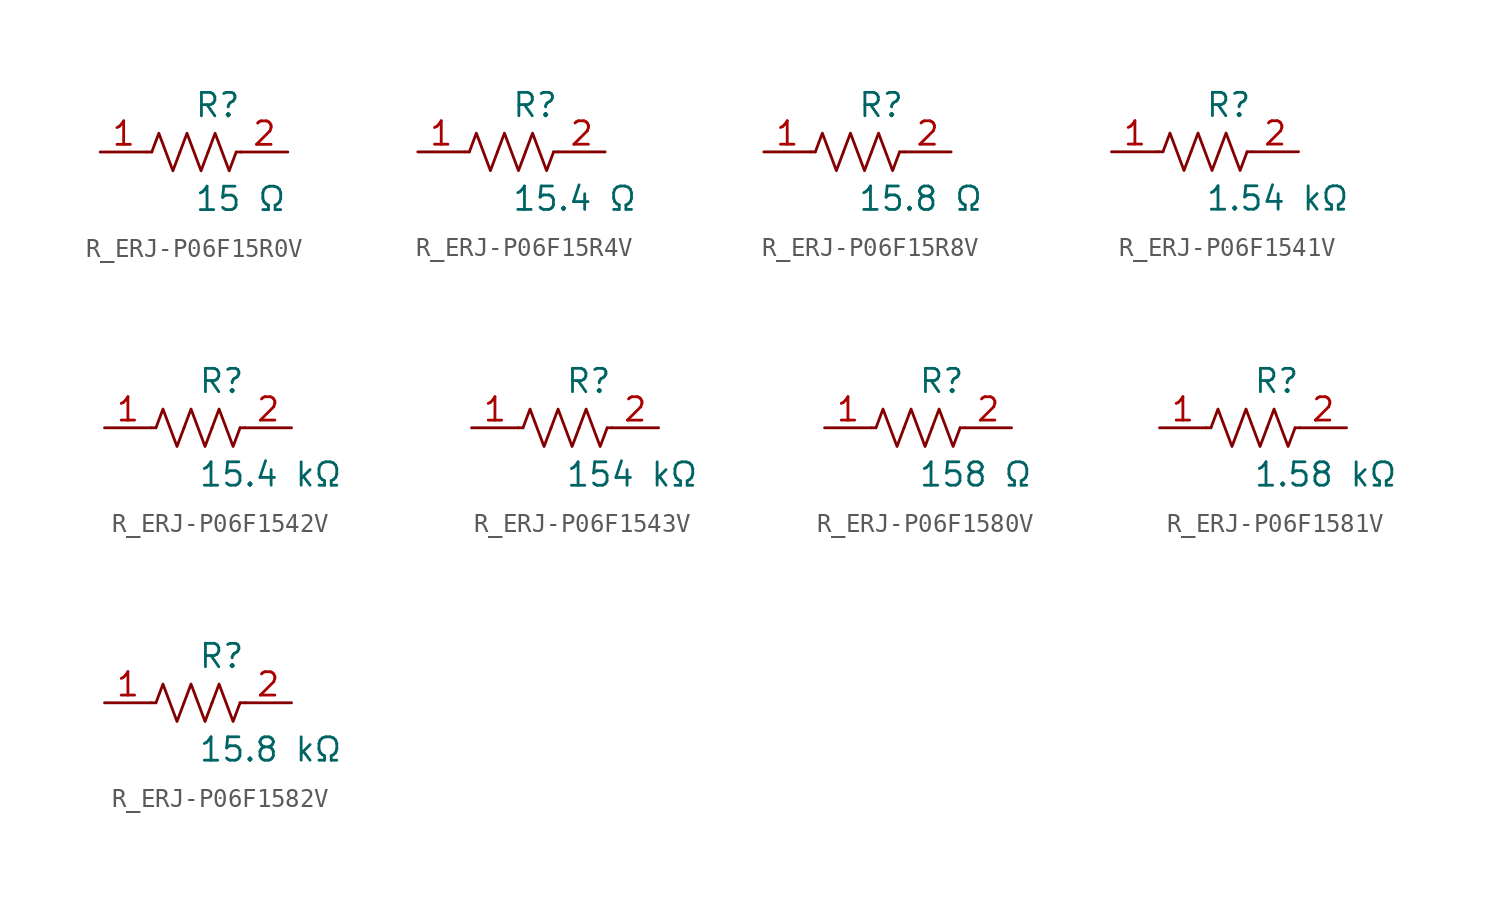
<source format=kicad_sym>
(kicad_symbol_lib
  (version 20231120)
  (generator kicad_symbol_editor)
  (generator_version 8.0)
  (symbol "R_ERJ-P06F15R0V"
    (pin_names
      (offset 0.254))
    (property "Reference" "R"
      (at 0 2.54 0)
      (effects (font (size 1.27 1.27)) (justify left)))
    (property "Value" "15 Ω"
      (at 0 -2.54 0)
      (effects (font (size 1.27 1.27)) (justify left)))
    (symbol "R_ERJ-P06F15R0V_0_1"
      (polyline (pts (xy 2.286 0) (xy 2.54 0)) (stroke (width 0) (type default)) (fill (type none)))
      (polyline (pts (xy -2.286 0) (xy -2.54 0)) (stroke (width 0) (type default)) (fill (type none)))
      (polyline (pts (xy 0.762 0) (xy 1.143 1.016) (xy 1.524 0) (xy 1.905 -1.016) (xy 2.286 0)) (stroke (width 0) (type default)) (fill (type none)))
      (polyline (pts (xy -0.762 0) (xy -0.381 1.016) (xy 0 0) (xy 0.381 -1.016) (xy 0.762 0)) (stroke (width 0) (type default)) (fill (type none)))
      (polyline (pts (xy -2.286 0) (xy -1.905 1.016) (xy -1.524 0) (xy -1.143 -1.016) (xy -0.762 0)) (stroke (width 0) (type default)) (fill (type none))))
    (pin passive line
      (at -5.08 0 0)
      (length 2.54)
      (name "" (effects (font (size 1.27 1.27))))
      (number "1" (effects (font (size 1.27 1.27)))))
    (pin passive line
      (at 5.08 0 180)
      (length 2.54)
      (name "" (effects (font (size 1.27 1.27))))
      (number "2" (effects (font (size 1.27 1.27))))))
  (symbol "R_ERJ-P06F15R4V"
    (pin_names
      (offset 0.254))
    (property "Reference" "R"
      (at 0 2.54 0)
      (effects (font (size 1.27 1.27)) (justify left)))
    (property "Value" "15.4 Ω"
      (at 0 -2.54 0)
      (effects (font (size 1.27 1.27)) (justify left)))
    (symbol "R_ERJ-P06F15R4V_0_1"
      (polyline (pts (xy 2.286 0) (xy 2.54 0)) (stroke (width 0) (type default)) (fill (type none)))
      (polyline (pts (xy -2.286 0) (xy -2.54 0)) (stroke (width 0) (type default)) (fill (type none)))
      (polyline (pts (xy 0.762 0) (xy 1.143 1.016) (xy 1.524 0) (xy 1.905 -1.016) (xy 2.286 0)) (stroke (width 0) (type default)) (fill (type none)))
      (polyline (pts (xy -0.762 0) (xy -0.381 1.016) (xy 0 0) (xy 0.381 -1.016) (xy 0.762 0)) (stroke (width 0) (type default)) (fill (type none)))
      (polyline (pts (xy -2.286 0) (xy -1.905 1.016) (xy -1.524 0) (xy -1.143 -1.016) (xy -0.762 0)) (stroke (width 0) (type default)) (fill (type none))))
    (pin passive line
      (at -5.08 0 0)
      (length 2.54)
      (name "" (effects (font (size 1.27 1.27))))
      (number "1" (effects (font (size 1.27 1.27)))))
    (pin passive line
      (at 5.08 0 180)
      (length 2.54)
      (name "" (effects (font (size 1.27 1.27))))
      (number "2" (effects (font (size 1.27 1.27))))))
  (symbol "R_ERJ-P06F15R8V"
    (pin_names
      (offset 0.254))
    (property "Reference" "R"
      (at 0 2.54 0)
      (effects (font (size 1.27 1.27)) (justify left)))
    (property "Value" "15.8 Ω"
      (at 0 -2.54 0)
      (effects (font (size 1.27 1.27)) (justify left)))
    (symbol "R_ERJ-P06F15R8V_0_1"
      (polyline (pts (xy 2.286 0) (xy 2.54 0)) (stroke (width 0) (type default)) (fill (type none)))
      (polyline (pts (xy -2.286 0) (xy -2.54 0)) (stroke (width 0) (type default)) (fill (type none)))
      (polyline (pts (xy 0.762 0) (xy 1.143 1.016) (xy 1.524 0) (xy 1.905 -1.016) (xy 2.286 0)) (stroke (width 0) (type default)) (fill (type none)))
      (polyline (pts (xy -0.762 0) (xy -0.381 1.016) (xy 0 0) (xy 0.381 -1.016) (xy 0.762 0)) (stroke (width 0) (type default)) (fill (type none)))
      (polyline (pts (xy -2.286 0) (xy -1.905 1.016) (xy -1.524 0) (xy -1.143 -1.016) (xy -0.762 0)) (stroke (width 0) (type default)) (fill (type none))))
    (pin passive line
      (at -5.08 0 0)
      (length 2.54)
      (name "" (effects (font (size 1.27 1.27))))
      (number "1" (effects (font (size 1.27 1.27)))))
    (pin passive line
      (at 5.08 0 180)
      (length 2.54)
      (name "" (effects (font (size 1.27 1.27))))
      (number "2" (effects (font (size 1.27 1.27))))))
  (symbol "R_ERJ-P06F1541V"
    (pin_names
      (offset 0.254))
    (property "Reference" "R"
      (at 0 2.54 0)
      (effects (font (size 1.27 1.27)) (justify left)))
    (property "Value" "1.54 kΩ"
      (at 0 -2.54 0)
      (effects (font (size 1.27 1.27)) (justify left)))
    (symbol "R_ERJ-P06F1541V_0_1"
      (polyline (pts (xy 2.286 0) (xy 2.54 0)) (stroke (width 0) (type default)) (fill (type none)))
      (polyline (pts (xy -2.286 0) (xy -2.54 0)) (stroke (width 0) (type default)) (fill (type none)))
      (polyline (pts (xy 0.762 0) (xy 1.143 1.016) (xy 1.524 0) (xy 1.905 -1.016) (xy 2.286 0)) (stroke (width 0) (type default)) (fill (type none)))
      (polyline (pts (xy -0.762 0) (xy -0.381 1.016) (xy 0 0) (xy 0.381 -1.016) (xy 0.762 0)) (stroke (width 0) (type default)) (fill (type none)))
      (polyline (pts (xy -2.286 0) (xy -1.905 1.016) (xy -1.524 0) (xy -1.143 -1.016) (xy -0.762 0)) (stroke (width 0) (type default)) (fill (type none))))
    (pin passive line
      (at -5.08 0 0)
      (length 2.54)
      (name "" (effects (font (size 1.27 1.27))))
      (number "1" (effects (font (size 1.27 1.27)))))
    (pin passive line
      (at 5.08 0 180)
      (length 2.54)
      (name "" (effects (font (size 1.27 1.27))))
      (number "2" (effects (font (size 1.27 1.27))))))
  (symbol "R_ERJ-P06F1542V"
    (pin_names
      (offset 0.254))
    (property "Reference" "R"
      (at 0 2.54 0)
      (effects (font (size 1.27 1.27)) (justify left)))
    (property "Value" "15.4 kΩ"
      (at 0 -2.54 0)
      (effects (font (size 1.27 1.27)) (justify left)))
    (symbol "R_ERJ-P06F1542V_0_1"
      (polyline (pts (xy 2.286 0) (xy 2.54 0)) (stroke (width 0) (type default)) (fill (type none)))
      (polyline (pts (xy -2.286 0) (xy -2.54 0)) (stroke (width 0) (type default)) (fill (type none)))
      (polyline (pts (xy 0.762 0) (xy 1.143 1.016) (xy 1.524 0) (xy 1.905 -1.016) (xy 2.286 0)) (stroke (width 0) (type default)) (fill (type none)))
      (polyline (pts (xy -0.762 0) (xy -0.381 1.016) (xy 0 0) (xy 0.381 -1.016) (xy 0.762 0)) (stroke (width 0) (type default)) (fill (type none)))
      (polyline (pts (xy -2.286 0) (xy -1.905 1.016) (xy -1.524 0) (xy -1.143 -1.016) (xy -0.762 0)) (stroke (width 0) (type default)) (fill (type none))))
    (pin passive line
      (at -5.08 0 0)
      (length 2.54)
      (name "" (effects (font (size 1.27 1.27))))
      (number "1" (effects (font (size 1.27 1.27)))))
    (pin passive line
      (at 5.08 0 180)
      (length 2.54)
      (name "" (effects (font (size 1.27 1.27))))
      (number "2" (effects (font (size 1.27 1.27))))))
  (symbol "R_ERJ-P06F1543V"
    (pin_names
      (offset 0.254))
    (property "Reference" "R"
      (at 0 2.54 0)
      (effects (font (size 1.27 1.27)) (justify left)))
    (property "Value" "154 kΩ"
      (at 0 -2.54 0)
      (effects (font (size 1.27 1.27)) (justify left)))
    (symbol "R_ERJ-P06F1543V_0_1"
      (polyline (pts (xy 2.286 0) (xy 2.54 0)) (stroke (width 0) (type default)) (fill (type none)))
      (polyline (pts (xy -2.286 0) (xy -2.54 0)) (stroke (width 0) (type default)) (fill (type none)))
      (polyline (pts (xy 0.762 0) (xy 1.143 1.016) (xy 1.524 0) (xy 1.905 -1.016) (xy 2.286 0)) (stroke (width 0) (type default)) (fill (type none)))
      (polyline (pts (xy -0.762 0) (xy -0.381 1.016) (xy 0 0) (xy 0.381 -1.016) (xy 0.762 0)) (stroke (width 0) (type default)) (fill (type none)))
      (polyline (pts (xy -2.286 0) (xy -1.905 1.016) (xy -1.524 0) (xy -1.143 -1.016) (xy -0.762 0)) (stroke (width 0) (type default)) (fill (type none))))
    (pin passive line
      (at -5.08 0 0)
      (length 2.54)
      (name "" (effects (font (size 1.27 1.27))))
      (number "1" (effects (font (size 1.27 1.27)))))
    (pin passive line
      (at 5.08 0 180)
      (length 2.54)
      (name "" (effects (font (size 1.27 1.27))))
      (number "2" (effects (font (size 1.27 1.27))))))
  (symbol "R_ERJ-P06F1580V"
    (pin_names
      (offset 0.254))
    (property "Reference" "R"
      (at 0 2.54 0)
      (effects (font (size 1.27 1.27)) (justify left)))
    (property "Value" "158 Ω"
      (at 0 -2.54 0)
      (effects (font (size 1.27 1.27)) (justify left)))
    (symbol "R_ERJ-P06F1580V_0_1"
      (polyline (pts (xy 2.286 0) (xy 2.54 0)) (stroke (width 0) (type default)) (fill (type none)))
      (polyline (pts (xy -2.286 0) (xy -2.54 0)) (stroke (width 0) (type default)) (fill (type none)))
      (polyline (pts (xy 0.762 0) (xy 1.143 1.016) (xy 1.524 0) (xy 1.905 -1.016) (xy 2.286 0)) (stroke (width 0) (type default)) (fill (type none)))
      (polyline (pts (xy -0.762 0) (xy -0.381 1.016) (xy 0 0) (xy 0.381 -1.016) (xy 0.762 0)) (stroke (width 0) (type default)) (fill (type none)))
      (polyline (pts (xy -2.286 0) (xy -1.905 1.016) (xy -1.524 0) (xy -1.143 -1.016) (xy -0.762 0)) (stroke (width 0) (type default)) (fill (type none))))
    (pin passive line
      (at -5.08 0 0)
      (length 2.54)
      (name "" (effects (font (size 1.27 1.27))))
      (number "1" (effects (font (size 1.27 1.27)))))
    (pin passive line
      (at 5.08 0 180)
      (length 2.54)
      (name "" (effects (font (size 1.27 1.27))))
      (number "2" (effects (font (size 1.27 1.27))))))
  (symbol "R_ERJ-P06F1581V"
    (pin_names
      (offset 0.254))
    (property "Reference" "R"
      (at 0 2.54 0)
      (effects (font (size 1.27 1.27)) (justify left)))
    (property "Value" "1.58 kΩ"
      (at 0 -2.54 0)
      (effects (font (size 1.27 1.27)) (justify left)))
    (symbol "R_ERJ-P06F1581V_0_1"
      (polyline (pts (xy 2.286 0) (xy 2.54 0)) (stroke (width 0) (type default)) (fill (type none)))
      (polyline (pts (xy -2.286 0) (xy -2.54 0)) (stroke (width 0) (type default)) (fill (type none)))
      (polyline (pts (xy 0.762 0) (xy 1.143 1.016) (xy 1.524 0) (xy 1.905 -1.016) (xy 2.286 0)) (stroke (width 0) (type default)) (fill (type none)))
      (polyline (pts (xy -0.762 0) (xy -0.381 1.016) (xy 0 0) (xy 0.381 -1.016) (xy 0.762 0)) (stroke (width 0) (type default)) (fill (type none)))
      (polyline (pts (xy -2.286 0) (xy -1.905 1.016) (xy -1.524 0) (xy -1.143 -1.016) (xy -0.762 0)) (stroke (width 0) (type default)) (fill (type none))))
    (pin passive line
      (at -5.08 0 0)
      (length 2.54)
      (name "" (effects (font (size 1.27 1.27))))
      (number "1" (effects (font (size 1.27 1.27)))))
    (pin passive line
      (at 5.08 0 180)
      (length 2.54)
      (name "" (effects (font (size 1.27 1.27))))
      (number "2" (effects (font (size 1.27 1.27))))))
  (symbol "R_ERJ-P06F1582V"
    (pin_names
      (offset 0.254))
    (property "Reference" "R"
      (at 0 2.54 0)
      (effects (font (size 1.27 1.27)) (justify left)))
    (property "Value" "15.8 kΩ"
      (at 0 -2.54 0)
      (effects (font (size 1.27 1.27)) (justify left)))
    (symbol "R_ERJ-P06F1582V_0_1"
      (polyline (pts (xy 2.286 0) (xy 2.54 0)) (stroke (width 0) (type default)) (fill (type none)))
      (polyline (pts (xy -2.286 0) (xy -2.54 0)) (stroke (width 0) (type default)) (fill (type none)))
      (polyline (pts (xy 0.762 0) (xy 1.143 1.016) (xy 1.524 0) (xy 1.905 -1.016) (xy 2.286 0)) (stroke (width 0) (type default)) (fill (type none)))
      (polyline (pts (xy -0.762 0) (xy -0.381 1.016) (xy 0 0) (xy 0.381 -1.016) (xy 0.762 0)) (stroke (width 0) (type default)) (fill (type none)))
      (polyline (pts (xy -2.286 0) (xy -1.905 1.016) (xy -1.524 0) (xy -1.143 -1.016) (xy -0.762 0)) (stroke (width 0) (type default)) (fill (type none))))
    (pin passive line
      (at -5.08 0 0)
      (length 2.54)
      (name "" (effects (font (size 1.27 1.27))))
      (number "1" (effects (font (size 1.27 1.27)))))
    (pin passive line
      (at 5.08 0 180)
      (length 2.54)
      (name "" (effects (font (size 1.27 1.27))))
      (number "2" (effects (font (size 1.27 1.27)))))))
</source>
